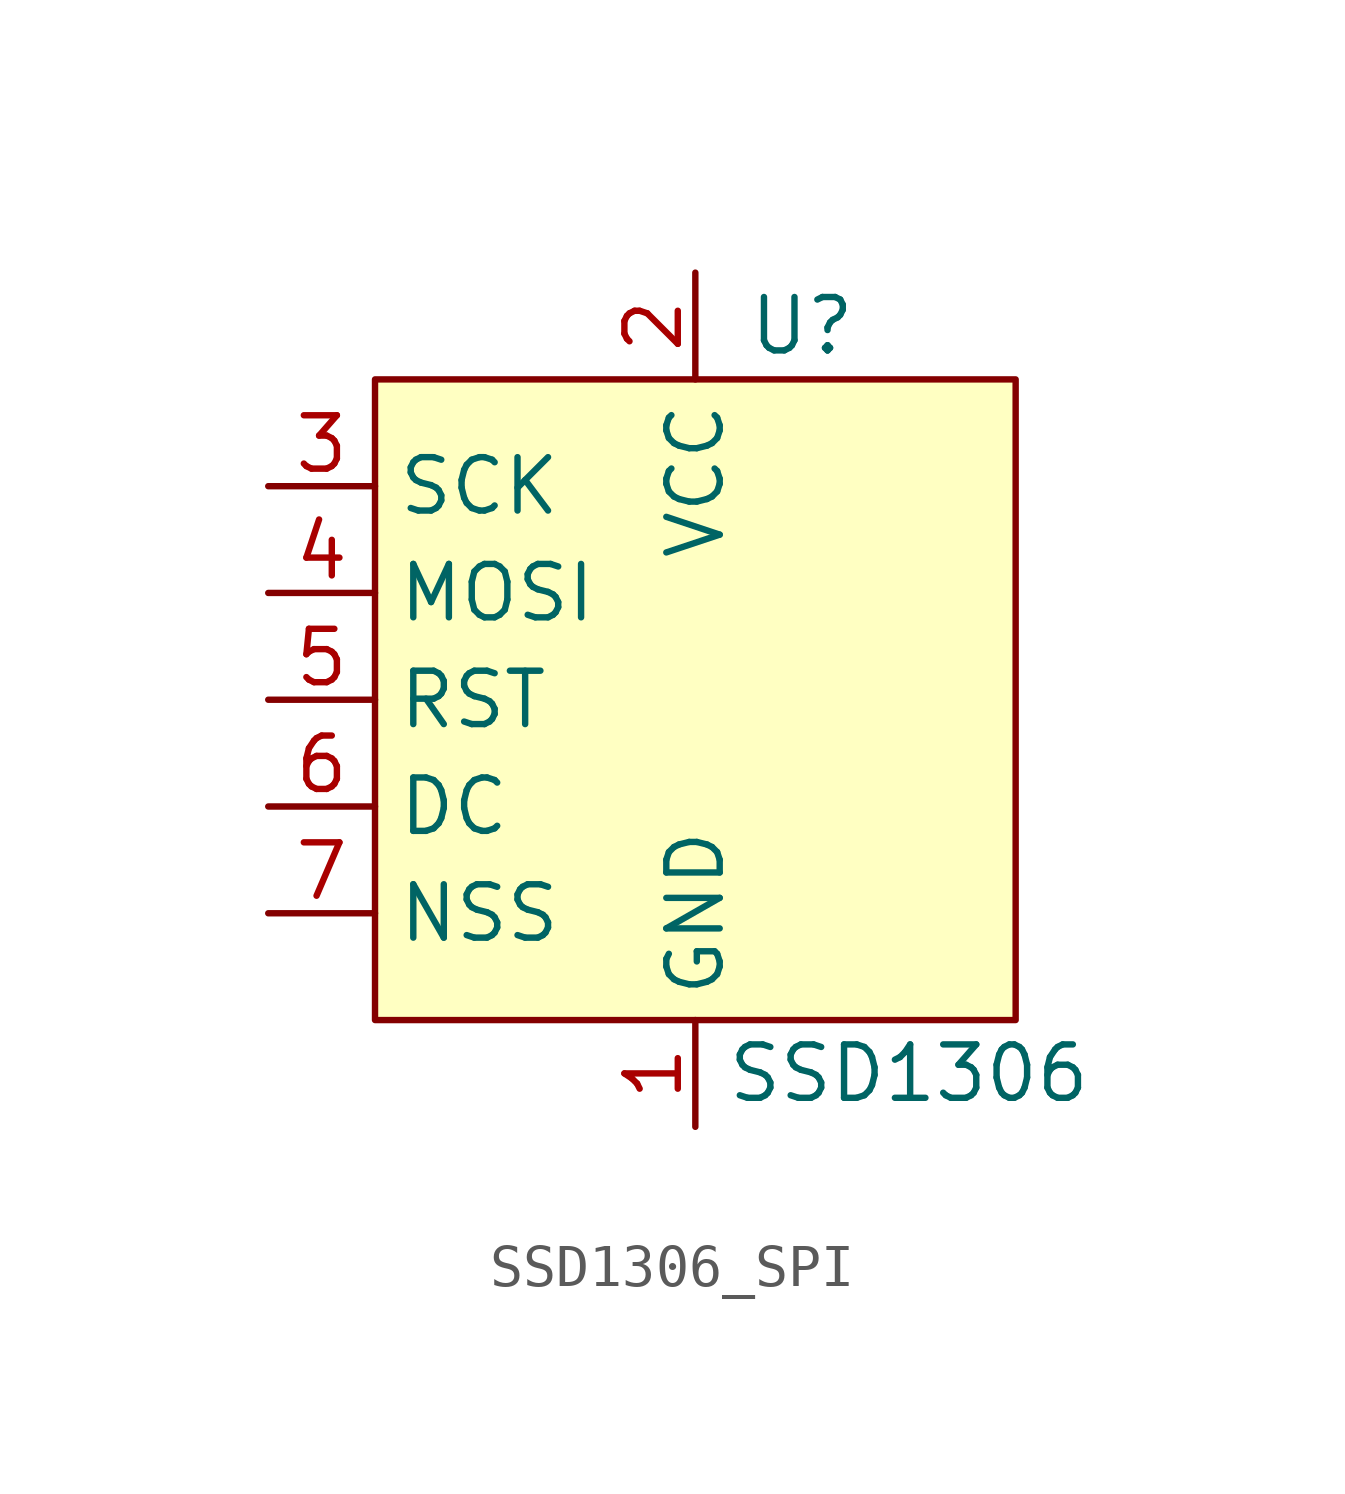
<source format=kicad_sym>
(kicad_symbol_lib
  (version 20220914)
  (generator kicad_symbol_editor)
  (symbol "SSD1306_SPI"
    (property "Reference" "U"
      (at 2.54 8.89 0)
      (effects (font (size 1.27 1.27))))
    (property "Value" "SSD1306"
      (at 5.08 -8.89 0)
      (effects (font (size 1.27 1.27))))
    (symbol "SSD1306_SPI_1_1"
      (rectangle (start -7.62 7.62) (end 7.62 -7.62) (stroke (width 0) (type default)) (fill (type background)))
      (pin power_in line (at 0 -10.16 90) (length 2.54) (name "GND" (effects (font (size 1.27 1.27)))) (number "1" (effects (font (size 1.27 1.27)))))
      (pin power_in line (at 0 10.16 270) (length 2.54) (name "VCC" (effects (font (size 1.27 1.27)))) (number "2" (effects (font (size 1.27 1.27)))))
      (pin input line (at -10.16 5.08 0) (length 2.54) (name "SCK" (effects (font (size 1.27 1.27)))) (number "3" (effects (font (size 1.27 1.27)))))
      (pin input line (at -10.16 2.54 0) (length 2.54) (name "MOSI" (effects (font (size 1.27 1.27)))) (number "4" (effects (font (size 1.27 1.27)))))
      (pin input line (at -10.16 0 0) (length 2.54) (name "RST" (effects (font (size 1.27 1.27)))) (number "5" (effects (font (size 1.27 1.27)))))
      (pin input line (at -10.16 -2.54 0) (length 2.54) (name "DC" (effects (font (size 1.27 1.27)))) (number "6" (effects (font (size 1.27 1.27)))))
      (pin input line (at -10.16 -5.08 0) (length 2.54) (name "NSS" (effects (font (size 1.27 1.27)))) (number "7" (effects (font (size 1.27 1.27))))))))
</source>
